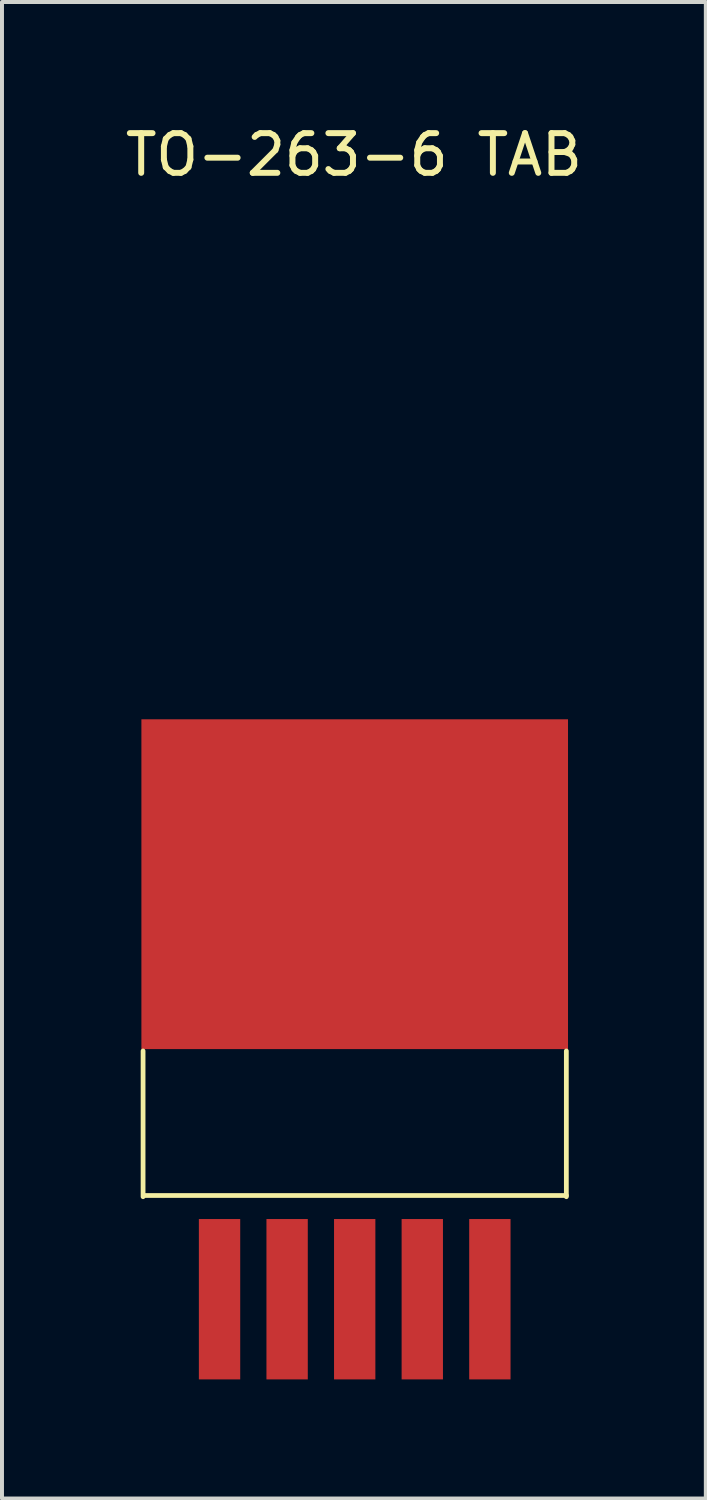
<source format=kicad_pcb>
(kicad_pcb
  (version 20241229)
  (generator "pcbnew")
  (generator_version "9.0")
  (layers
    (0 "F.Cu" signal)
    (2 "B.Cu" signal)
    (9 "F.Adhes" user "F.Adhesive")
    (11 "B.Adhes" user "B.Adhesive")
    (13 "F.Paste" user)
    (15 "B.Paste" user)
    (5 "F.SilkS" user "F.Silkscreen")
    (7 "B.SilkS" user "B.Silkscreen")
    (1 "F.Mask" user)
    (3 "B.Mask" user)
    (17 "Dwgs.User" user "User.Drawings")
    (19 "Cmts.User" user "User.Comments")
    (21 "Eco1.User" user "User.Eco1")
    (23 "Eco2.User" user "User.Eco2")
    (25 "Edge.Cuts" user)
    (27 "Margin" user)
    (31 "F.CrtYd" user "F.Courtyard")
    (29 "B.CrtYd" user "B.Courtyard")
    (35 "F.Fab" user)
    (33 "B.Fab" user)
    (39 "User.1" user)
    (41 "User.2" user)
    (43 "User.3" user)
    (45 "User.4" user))
  (footprint "TO-263-6 TAB"
    (layer "F.Cu")
    (at 5.883 19.218)
    (property "Reference" "TO-263-6 TAB" (at -0.02 -18.37 0) (layer "F.SilkS") (effects (font (size 1 1) (thickness 0.15))))
    (attr through_hole)
    (fp_line (start -5.33 4.2) (end -5.33 7.87) (stroke (width 0.12) (type solid)) (layer "F.SilkS"))
    (fp_line (start -5.32 7.84) (end 5.33 7.84) (stroke (width 0.12) (type solid)) (layer "F.SilkS"))
    (fp_line (start 5.33 4.2) (end 5.33 7.87) (stroke (width 0.12) (type solid)) (layer "F.SilkS"))
    (pad "1" smd rect (at -3.404 10.452) (size 1.041 4.039) (layers "F.Cu" "F.Mask" "F.Paste"))
    (pad "2" smd rect (at -1.702 10.452) (size 1.041 4.039) (layers "F.Cu" "F.Mask" "F.Paste"))
    (pad "3" smd rect (at 0 10.452) (size 1.041 4.039) (layers "F.Cu" "F.Mask" "F.Paste"))
    (pad "4" smd rect (at 1.702 10.452) (size 1.041 4.039) (layers "F.Cu" "F.Mask" "F.Paste"))
    (pad "5" smd rect (at 3.404 10.452) (size 1.041 4.039) (layers "F.Cu" "F.Mask" "F.Paste"))
    (pad "6" smd rect (at 0 0) (size 10.744 8.306) (layers "F.Cu" "F.Mask" "F.Paste")))
  (gr_rect
    (start -3 -3)
    (end 14.726 34.69)
    (stroke (width 0.1) (type default))
    (fill no)
    (layer "Edge.Cuts")))
</source>
